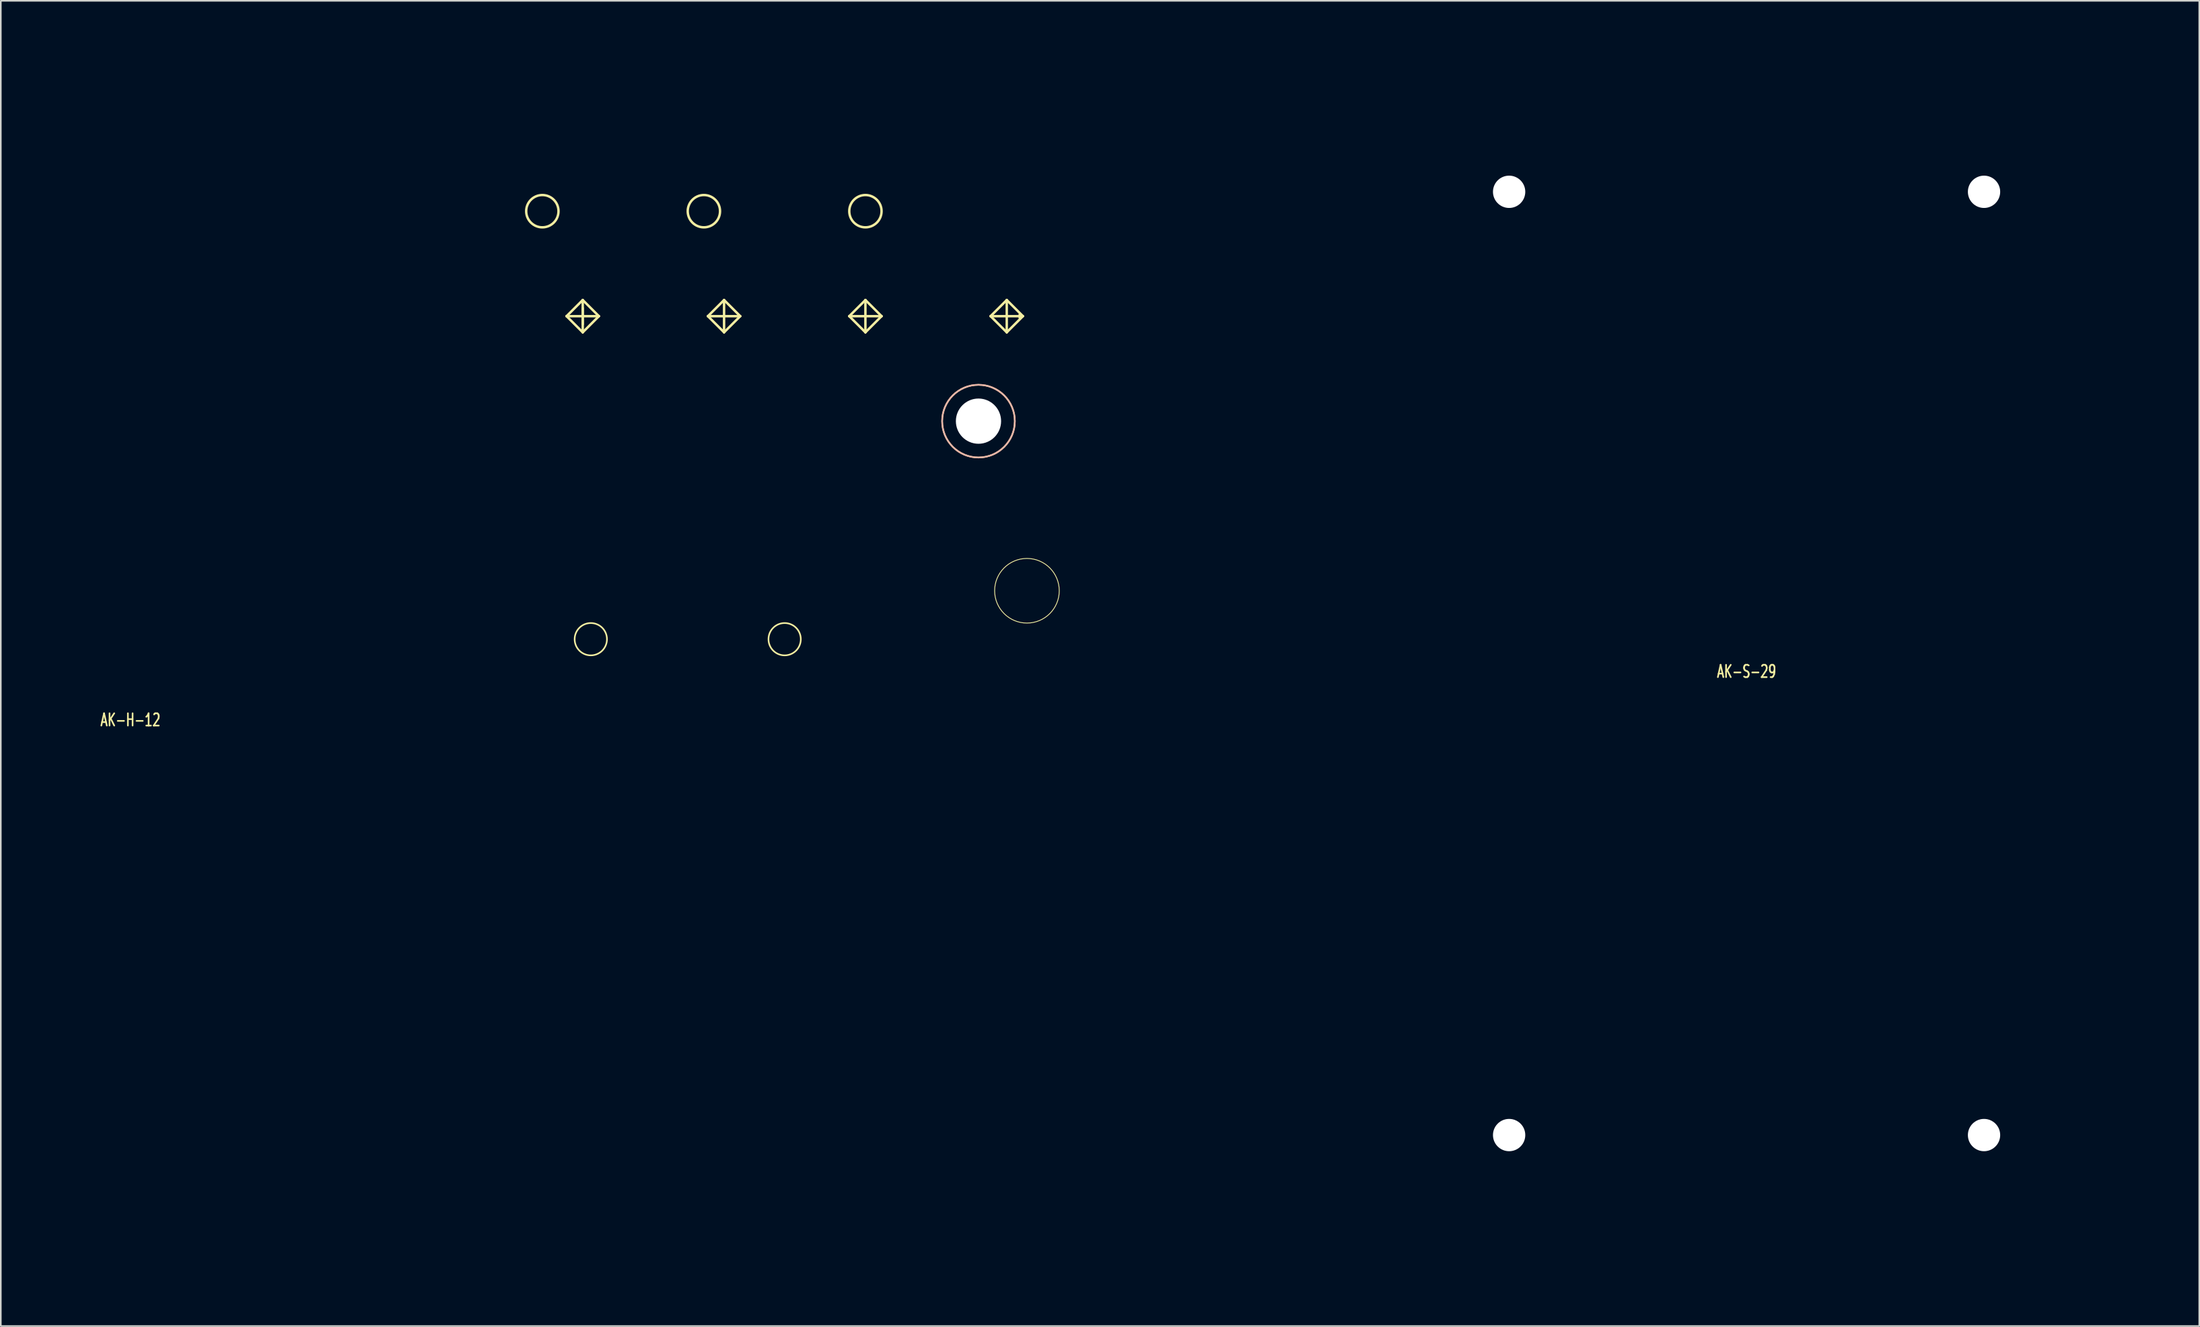
<source format=kicad_pcb>
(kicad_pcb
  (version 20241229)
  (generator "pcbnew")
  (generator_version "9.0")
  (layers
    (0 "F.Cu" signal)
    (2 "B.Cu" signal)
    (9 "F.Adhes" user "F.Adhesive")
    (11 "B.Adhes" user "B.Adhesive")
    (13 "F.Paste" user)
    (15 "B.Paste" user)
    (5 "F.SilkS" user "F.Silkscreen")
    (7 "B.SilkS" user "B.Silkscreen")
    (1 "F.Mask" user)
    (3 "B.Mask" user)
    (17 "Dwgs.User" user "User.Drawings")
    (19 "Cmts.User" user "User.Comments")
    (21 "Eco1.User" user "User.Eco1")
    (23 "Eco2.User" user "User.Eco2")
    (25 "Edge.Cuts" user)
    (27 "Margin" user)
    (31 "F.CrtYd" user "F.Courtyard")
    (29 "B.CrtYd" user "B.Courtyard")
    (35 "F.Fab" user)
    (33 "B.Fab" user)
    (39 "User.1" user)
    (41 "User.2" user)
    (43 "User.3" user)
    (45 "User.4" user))
  (footprint "AK-S-29"
    (layer "F.Cu")
    (at 105.075 38.025)
    (property "Reference" "AK-S-29" (at 0 0.5 0) (layer "F.SilkS") (effects (font (size 0.762 0.508) (thickness 0.102))))
    (attr through_hole)
    (fp_line (start -25 -34.75) (end 25 -34.75) (stroke (width 0.05) (type solid)) (layer "Eco1.User"))
    (fp_line (start -25 29.2) (end 25 29.2) (stroke (width 0.05) (type solid)) (layer "Eco1.User"))
    (fp_line (start -25 32.749) (end 25 32.749) (stroke (width 0.05) (type solid)) (layer "Eco1.User"))
    (fp_line (start -20.85 -38) (end -20.85 38) (stroke (width 0.05) (type solid)) (layer "Eco1.User"))
    (fp_line (start -19.35 -38) (end -19.35 38) (stroke (width 0.05) (type solid)) (layer "Eco1.User"))
    (fp_line (start -14.7 -38) (end -14.7 38) (stroke (width 0.05) (type solid)) (layer "Eco1.User"))
    (fp_line (start 14.7 -38) (end 14.7 38) (stroke (width 0.05) (type solid)) (layer "Eco1.User"))
    (fp_line (start 19.35 -38) (end 19.35 38) (stroke (width 0.05) (type solid)) (layer "Eco1.User"))
    (fp_line (start 20.85 -38) (end 20.85 38) (stroke (width 0.05) (type solid)) (layer "Eco1.User"))
    (fp_line (start 25 -32.749) (end -25 -32.749) (stroke (width 0.05) (type solid)) (layer "Eco1.User"))
    (fp_line (start 25 -29.2) (end -25 -29.2) (stroke (width 0.05) (type solid)) (layer "Eco1.User"))
    (fp_line (start 25 34.75) (end -25 34.75) (stroke (width 0.05) (type solid)) (layer "Eco1.User"))
    (pad "" np_thru_hole circle (at -14.7 -29.2) (size 2 2) (drill 2) (layers "*.Cu" "*.Mask"))
    (pad "" np_thru_hole circle (at -14.7 29.2) (size 2 2) (drill 2) (layers "*.Cu" "*.Mask"))
    (pad "" np_thru_hole circle (at 14.7 -29.2) (size 2 2) (drill 2) (layers "*.Cu" "*.Mask"))
    (pad "" np_thru_hole circle (at 14.7 29.2) (size 2 2) (drill 2) (layers "*.Cu" "*.Mask")))
  (footprint "AK-H-12"
    (layer "F.Cu")
    (at 5.025 41.025)
    (property "Reference" "AK-H-12" (at 0 0.5 0) (layer "F.SilkS") (effects (font (size 0.762 0.508) (thickness 0.102))))
    (attr through_hole)
    (fp_line (start 27 -24.5) (end 28 -23.5) (stroke (width 0.15) (type solid)) (layer "F.SilkS"))
    (fp_line (start 27 -24.5) (end 29 -24.5) (stroke (width 0.15) (type solid)) (layer "F.SilkS"))
    (fp_line (start 28 -25.5) (end 27 -24.5) (stroke (width 0.15) (type solid)) (layer "F.SilkS"))
    (fp_line (start 28 -25.5) (end 28 -23.5) (stroke (width 0.15) (type solid)) (layer "F.SilkS"))
    (fp_line (start 28 -25) (end 28 -24) (stroke (width 0.15) (type solid)) (layer "F.SilkS"))
    (fp_line (start 28 -23.5) (end 29 -24.5) (stroke (width 0.15) (type solid)) (layer "F.SilkS"))
    (fp_line (start 29 -24.5) (end 28 -25.5) (stroke (width 0.15) (type solid)) (layer "F.SilkS"))
    (fp_line (start 35.75 -24.5) (end 36.75 -23.5) (stroke (width 0.15) (type solid)) (layer "F.SilkS"))
    (fp_line (start 35.75 -24.5) (end 37.75 -24.5) (stroke (width 0.15) (type solid)) (layer "F.SilkS"))
    (fp_line (start 36.75 -25.5) (end 35.75 -24.5) (stroke (width 0.15) (type solid)) (layer "F.SilkS"))
    (fp_line (start 36.75 -25.5) (end 36.75 -23.5) (stroke (width 0.15) (type solid)) (layer "F.SilkS"))
    (fp_line (start 36.75 -23.5) (end 37.75 -24.5) (stroke (width 0.15) (type solid)) (layer "F.SilkS"))
    (fp_line (start 37.75 -24.5) (end 36.75 -25.5) (stroke (width 0.15) (type solid)) (layer "F.SilkS"))
    (fp_line (start 44.5 -24.5) (end 45.5 -25.5) (stroke (width 0.15) (type solid)) (layer "F.SilkS"))
    (fp_line (start 44.5 -24.5) (end 46.5 -24.5) (stroke (width 0.15) (type solid)) (layer "F.SilkS"))
    (fp_line (start 45.5 -25.5) (end 45.5 -23.5) (stroke (width 0.15) (type solid)) (layer "F.SilkS"))
    (fp_line (start 45.5 -25.5) (end 46.5 -24.5) (stroke (width 0.15) (type solid)) (layer "F.SilkS"))
    (fp_line (start 45.5 -23.5) (end 44.5 -24.5) (stroke (width 0.15) (type solid)) (layer "F.SilkS"))
    (fp_line (start 46.5 -24.5) (end 45.5 -23.5) (stroke (width 0.15) (type solid)) (layer "F.SilkS"))
    (fp_line (start 53.25 -24.5) (end 54.25 -23.5) (stroke (width 0.15) (type solid)) (layer "F.SilkS"))
    (fp_line (start 54.25 -25.5) (end 53.25 -24.5) (stroke (width 0.15) (type solid)) (layer "F.SilkS"))
    (fp_line (start 54.25 -25.5) (end 54.25 -23.5) (stroke (width 0.15) (type solid)) (layer "F.SilkS"))
    (fp_line (start 54.25 -23.5) (end 55.25 -24.5) (stroke (width 0.15) (type solid)) (layer "F.SilkS"))
    (fp_line (start 55.05 -24.6) (end 55.05 -24.4) (stroke (width 0.15) (type solid)) (layer "F.SilkS"))
    (fp_line (start 55.25 -24.5) (end 53.25 -24.5) (stroke (width 0.15) (type solid)) (layer "F.SilkS"))
    (fp_line (start 55.25 -24.5) (end 54.25 -25.5) (stroke (width 0.15) (type solid)) (layer "F.SilkS"))
    (fp_circle (center 25.5 -31) (end 26.5 -31) (stroke (width 0.15) (type solid)) (fill no) (layer "F.SilkS"))
    (fp_circle (center 28.5 -4.5) (end 29.5 -4.5) (stroke (width 0.1) (type solid)) (fill no) (layer "F.SilkS"))
    (fp_circle (center 35.5 -31) (end 36.5 -31) (stroke (width 0.15) (type solid)) (fill no) (layer "F.SilkS"))
    (fp_circle (center 40.5 -4.5) (end 41.5 -4.5) (stroke (width 0.1) (type solid)) (fill no) (layer "F.SilkS"))
    (fp_circle (center 45.5 -31) (end 46.5 -31) (stroke (width 0.15) (type solid)) (fill no) (layer "F.SilkS"))
    (fp_circle (center 52.5 -18) (end 54.75 -18) (stroke (width 0.1) (type solid)) (fill no) (layer "F.SilkS"))
    (fp_circle (center 55.5 -7.5) (end 57.5 -7.5) (stroke (width 0.05) (type solid)) (fill no) (layer "F.SilkS"))
    (fp_circle (center 52.5 -18) (end 54.75 -18) (stroke (width 0.1) (type solid)) (fill no) (layer "B.SilkS"))
    (fp_line (start 0 -36) (end 0 0) (stroke (width 0.05) (type solid)) (layer "Eco1.User"))
    (fp_line (start 0 0) (end 67 0) (stroke (width 0.05) (type solid)) (layer "Eco1.User"))
    (fp_line (start 1.5 -34.5) (end 1.5 -1.5) (stroke (width 0.05) (type solid)) (layer "Eco1.User"))
    (fp_line (start 1.5 -1.5) (end 65.5 -1.5) (stroke (width 0.05) (type solid)) (layer "Eco1.User"))
    (fp_line (start 65.5 -34.5) (end 1.5 -34.5) (stroke (width 0.05) (type solid)) (layer "Eco1.User"))
    (fp_line (start 65.5 -1.5) (end 65.5 -34.5) (stroke (width 0.05) (type solid)) (layer "Eco1.User"))
    (fp_line (start 67 -36) (end 0 -36) (stroke (width 0.05) (type solid)) (layer "Eco1.User"))
    (fp_line (start 67 0) (end 67 -36) (stroke (width 0.05) (type solid)) (layer "Eco1.User"))
    (fp_circle (center 52.5 -18) (end 53 -18) (stroke (width 0.05) (type solid)) (fill no) (layer "Eco1.User"))
    (fp_circle (center 52.5 -18) (end 53.85 -18) (stroke (width 0.05) (type solid)) (fill no) (layer "Eco1.User"))
    (fp_line (start -5 -18) (end 72 -18) (stroke (width 0.05) (type solid)) (layer "Eco2.User"))
    (fp_line (start -5 -7.5) (end 72 -7.5) (stroke (width 0.05) (type solid)) (layer "Eco2.User"))
    (fp_line (start 25.5 -41) (end 25.5 5) (stroke (width 0.05) (type solid)) (layer "Eco2.User"))
    (fp_line (start 28.5 -41) (end 28.5 5) (stroke (width 0.05) (type solid)) (layer "Eco2.User"))
    (fp_line (start 35.5 5) (end 35.5 -41) (stroke (width 0.05) (type solid)) (layer "Eco2.User"))
    (fp_line (start 40.5 5) (end 40.5 -41) (stroke (width 0.05) (type solid)) (layer "Eco2.User"))
    (fp_line (start 45.5 5) (end 45.5 -41) (stroke (width 0.05) (type solid)) (layer "Eco2.User"))
    (fp_line (start 52.5 5) (end 52.5 -41) (stroke (width 0.05) (type solid)) (layer "Eco2.User"))
    (fp_line (start 55.5 -41) (end 55.5 5) (stroke (width 0.05) (type solid)) (layer "Eco2.User"))
    (fp_line (start 72 -31) (end -5 -31) (stroke (width 0.05) (type solid)) (layer "Eco2.User"))
    (fp_line (start 72 -24.5) (end -5 -24.5) (stroke (width 0.05) (type solid)) (layer "Eco2.User"))
    (fp_line (start 72 -4.5) (end -5 -4.5) (stroke (width 0.05) (type solid)) (layer "Eco2.User"))
    (pad "" np_thru_hole circle (at 52.5 -18) (size 2.8 2.8) (drill 2.8) (layers "*.Cu" "*.Mask")))
  (gr_rect
    (start -3 -3)
    (end 133.1 79.05)
    (stroke (width 0.1) (type default))
    (fill no)
    (layer "Edge.Cuts")))
</source>
